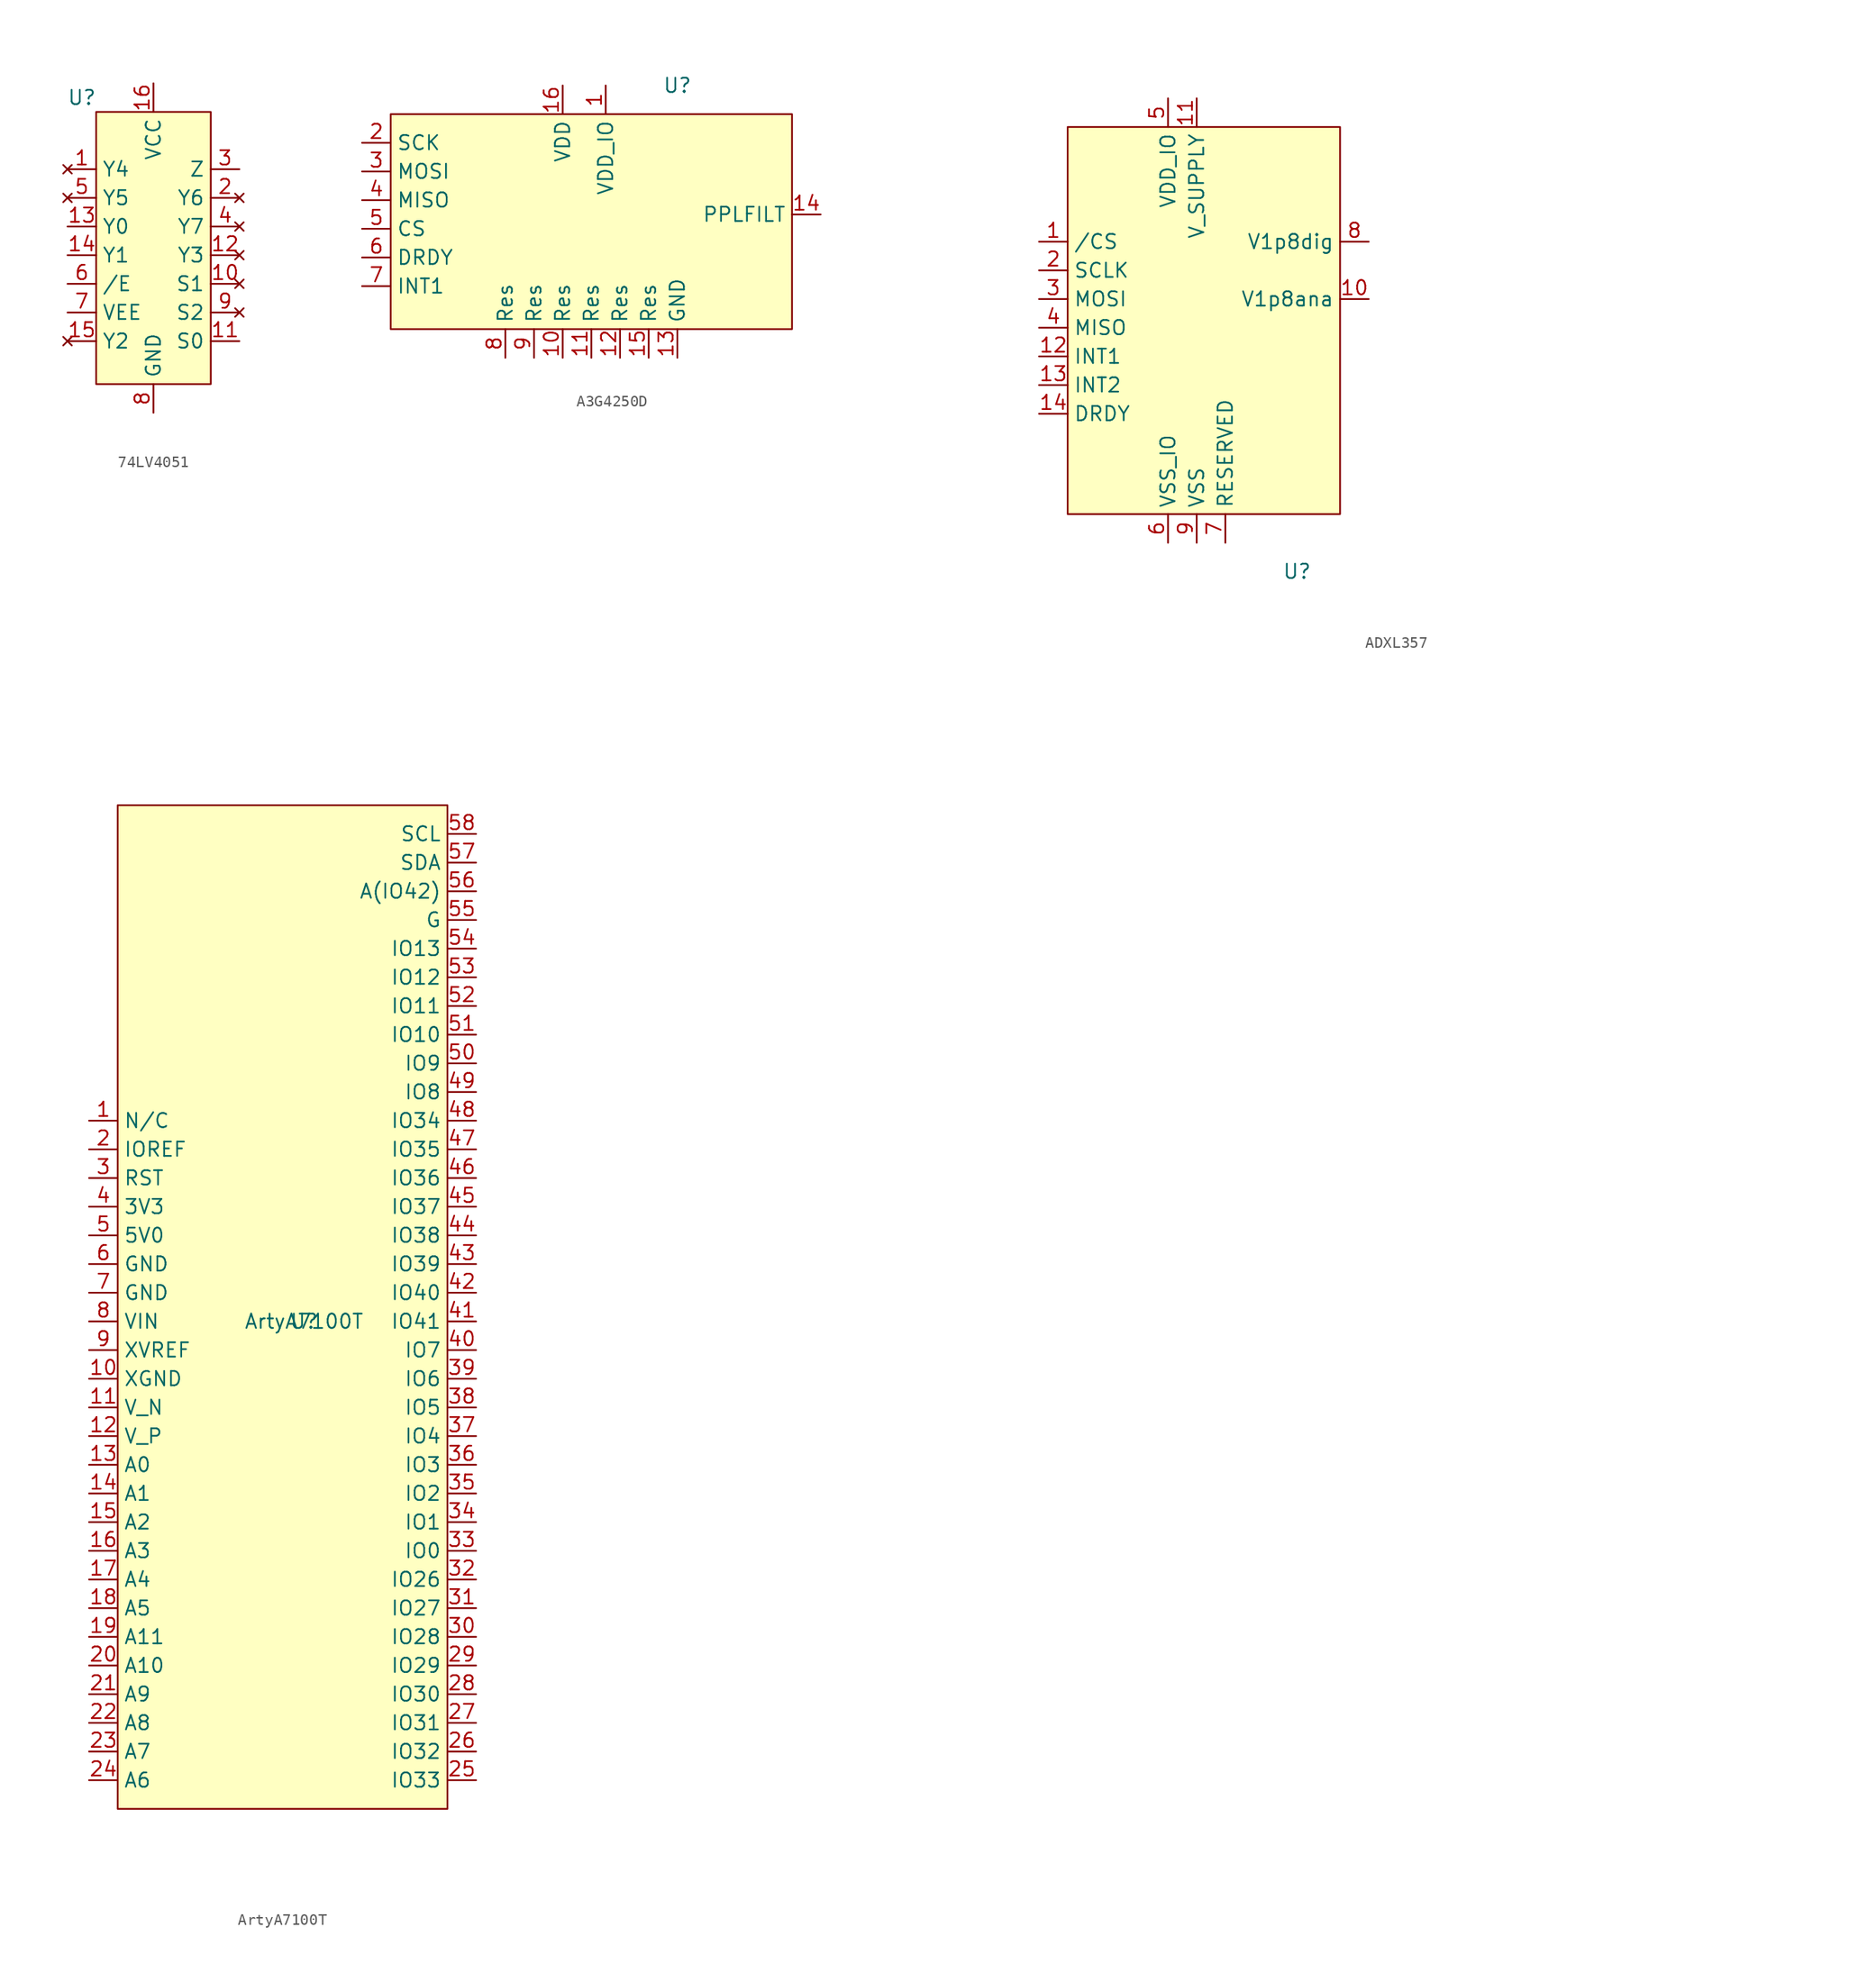
<source format=kicad_sym>
(kicad_symbol_lib
  (version 20231120)
  (generator "kicad_symbol_editor")
  (generator_version "8.0")
  (symbol "74LV4051"
    (property "Reference" "U"
      (at -6.35 8.89 0)
      (effects (font (size 1.27 1.27))))
    (property "Value" ""
      (at 0 -5.08 0)
      (effects (font (size 1.27 1.27))))
    (symbol "74LV4051_1_1"
      (rectangle (start -5.08 7.62) (end 5.08 -16.51) (stroke (width 0) (type default)) (fill (type background)))
      (pin no_connect line (at -7.62 2.54 0) (length 2.54) (name "Y4" (effects (font (size 1.27 1.27)))) (number "1" (effects (font (size 1.27 1.27)))))
      (pin no_connect line (at 7.62 -7.62 180) (length 2.54) (name "S1" (effects (font (size 1.27 1.27)))) (number "10" (effects (font (size 1.27 1.27)))))
      (pin input line (at 7.62 -12.7 180) (length 2.54) (name "S0" (effects (font (size 1.27 1.27)))) (number "11" (effects (font (size 1.27 1.27)))))
      (pin no_connect line (at 7.62 -5.08 180) (length 2.54) (name "Y3" (effects (font (size 1.27 1.27)))) (number "12" (effects (font (size 1.27 1.27)))))
      (pin input line (at -7.62 -2.54 0) (length 2.54) (name "Y0" (effects (font (size 1.27 1.27)))) (number "13" (effects (font (size 1.27 1.27)))))
      (pin input line (at -7.62 -5.08 0) (length 2.54) (name "Y1" (effects (font (size 1.27 1.27)))) (number "14" (effects (font (size 1.27 1.27)))))
      (pin no_connect line (at -7.62 -12.7 0) (length 2.54) (name "Y2" (effects (font (size 1.27 1.27)))) (number "15" (effects (font (size 1.27 1.27)))))
      (pin input line (at 0 10.16 270) (length 2.54) (name "VCC" (effects (font (size 1.27 1.27)))) (number "16" (effects (font (size 1.27 1.27)))))
      (pin no_connect line (at 7.62 0 180) (length 2.54) (name "Y6" (effects (font (size 1.27 1.27)))) (number "2" (effects (font (size 1.27 1.27)))))
      (pin input line (at 7.62 2.54 180) (length 2.54) (name "Z" (effects (font (size 1.27 1.27)))) (number "3" (effects (font (size 1.27 1.27)))))
      (pin no_connect line (at 7.62 -2.54 180) (length 2.54) (name "Y7" (effects (font (size 1.27 1.27)))) (number "4" (effects (font (size 1.27 1.27)))))
      (pin no_connect line (at -7.62 0 0) (length 2.54) (name "Y5" (effects (font (size 1.27 1.27)))) (number "5" (effects (font (size 1.27 1.27)))))
      (pin input line (at -7.62 -7.62 0) (length 2.54) (name "/E" (effects (font (size 1.27 1.27)))) (number "6" (effects (font (size 1.27 1.27)))))
      (pin input line (at -7.62 -10.16 0) (length 2.54) (name "VEE" (effects (font (size 1.27 1.27)))) (number "7" (effects (font (size 1.27 1.27)))))
      (pin input line (at 0 -19.05 90) (length 2.54) (name "GND" (effects (font (size 1.27 1.27)))) (number "8" (effects (font (size 1.27 1.27)))))
      (pin no_connect line (at 7.62 -10.16 180) (length 2.54) (name "S2" (effects (font (size 1.27 1.27)))) (number "9" (effects (font (size 1.27 1.27)))))))
  (symbol "A3G4250D"
    (property "Reference" "U"
      (at 8.89 11.43 0)
      (effects (font (size 1.27 1.27))))
    (property "Value" ""
      (at 25.4 0 0)
      (effects (font (size 1.27 1.27))))
    (symbol "A3G4250D_1_1"
      (rectangle (start -16.51 8.89) (end 19.05 -10.16) (stroke (width 0) (type default)) (fill (type background)))
      (pin input line (at 2.54 11.43 270) (length 2.54) (name "VDD_IO" (effects (font (size 1.27 1.27)))) (number "1" (effects (font (size 1.27 1.27)))))
      (pin input line (at -1.27 -12.7 90) (length 2.54) (name "Res" (effects (font (size 1.27 1.27)))) (number "10" (effects (font (size 1.27 1.27)))))
      (pin input line (at 1.27 -12.7 90) (length 2.54) (name "Res" (effects (font (size 1.27 1.27)))) (number "11" (effects (font (size 1.27 1.27)))))
      (pin input line (at 3.81 -12.7 90) (length 2.54) (name "Res" (effects (font (size 1.27 1.27)))) (number "12" (effects (font (size 1.27 1.27)))))
      (pin input line (at 8.89 -12.7 90) (length 2.54) (name "GND" (effects (font (size 1.27 1.27)))) (number "13" (effects (font (size 1.27 1.27)))))
      (pin input line (at 21.59 0 180) (length 2.54) (name "PPLFILT" (effects (font (size 1.27 1.27)))) (number "14" (effects (font (size 1.27 1.27)))))
      (pin input line (at 6.35 -12.7 90) (length 2.54) (name "Res" (effects (font (size 1.27 1.27)))) (number "15" (effects (font (size 1.27 1.27)))))
      (pin input line (at -1.27 11.43 270) (length 2.54) (name "VDD" (effects (font (size 1.27 1.27)))) (number "16" (effects (font (size 1.27 1.27)))))
      (pin input line (at -19.05 6.35 0) (length 2.54) (name "SCK" (effects (font (size 1.27 1.27)))) (number "2" (effects (font (size 1.27 1.27)))))
      (pin input line (at -19.05 3.81 0) (length 2.54) (name "MOSI" (effects (font (size 1.27 1.27)))) (number "3" (effects (font (size 1.27 1.27)))))
      (pin input line (at -19.05 1.27 0) (length 2.54) (name "MISO" (effects (font (size 1.27 1.27)))) (number "4" (effects (font (size 1.27 1.27)))))
      (pin input line (at -19.05 -1.27 0) (length 2.54) (name "CS" (effects (font (size 1.27 1.27)))) (number "5" (effects (font (size 1.27 1.27)))))
      (pin input line (at -19.05 -3.81 0) (length 2.54) (name "DRDY" (effects (font (size 1.27 1.27)))) (number "6" (effects (font (size 1.27 1.27)))))
      (pin input line (at -19.05 -6.35 0) (length 2.54) (name "INT1" (effects (font (size 1.27 1.27)))) (number "7" (effects (font (size 1.27 1.27)))))
      (pin input line (at -6.35 -12.7 90) (length 2.54) (name "Res" (effects (font (size 1.27 1.27)))) (number "8" (effects (font (size 1.27 1.27)))))
      (pin input line (at -3.81 -12.7 90) (length 2.54) (name "Res" (effects (font (size 1.27 1.27)))) (number "9" (effects (font (size 1.27 1.27)))))))
  (symbol "ADXL357"
    (property "Reference" "U"
      (at -5.08 -20.32 0)
      (effects (font (size 1.27 1.27))))
    (property "Value" ""
      (at 35.56 6.35 0)
      (effects (font (size 1.27 1.27))))
    (symbol "ADXL357_1_1"
      (rectangle (start -25.4 19.05) (end -1.27 -15.24) (stroke (width 0) (type default)) (fill (type background)))
      (pin input line (at -27.94 8.89 0) (length 2.54) (name "/CS" (effects (font (size 1.27 1.27)))) (number "1" (effects (font (size 1.27 1.27)))))
      (pin input line (at 1.27 3.81 180) (length 2.54) (name "V1p8ana" (effects (font (size 1.27 1.27)))) (number "10" (effects (font (size 1.27 1.27)))))
      (pin input line (at -13.97 21.59 270) (length 2.54) (name "V_SUPPLY" (effects (font (size 1.27 1.27)))) (number "11" (effects (font (size 1.27 1.27)))))
      (pin input line (at -27.94 -1.27 0) (length 2.54) (name "INT1" (effects (font (size 1.27 1.27)))) (number "12" (effects (font (size 1.27 1.27)))))
      (pin input line (at -27.94 -3.81 0) (length 2.54) (name "INT2" (effects (font (size 1.27 1.27)))) (number "13" (effects (font (size 1.27 1.27)))))
      (pin input line (at -27.94 -6.35 0) (length 2.54) (name "DRDY" (effects (font (size 1.27 1.27)))) (number "14" (effects (font (size 1.27 1.27)))))
      (pin input line (at -27.94 6.35 0) (length 2.54) (name "SCLK" (effects (font (size 1.27 1.27)))) (number "2" (effects (font (size 1.27 1.27)))))
      (pin input line (at -27.94 3.81 0) (length 2.54) (name "MOSI" (effects (font (size 1.27 1.27)))) (number "3" (effects (font (size 1.27 1.27)))))
      (pin input line (at -27.94 1.27 0) (length 2.54) (name "MISO" (effects (font (size 1.27 1.27)))) (number "4" (effects (font (size 1.27 1.27)))))
      (pin input line (at -16.51 21.59 270) (length 2.54) (name "VDD_IO" (effects (font (size 1.27 1.27)))) (number "5" (effects (font (size 1.27 1.27)))))
      (pin input line (at -16.51 -17.78 90) (length 2.54) (name "VSS_IO" (effects (font (size 1.27 1.27)))) (number "6" (effects (font (size 1.27 1.27)))))
      (pin input line (at -11.43 -17.78 90) (length 2.54) (name "RESERVED" (effects (font (size 1.27 1.27)))) (number "7" (effects (font (size 1.27 1.27)))))
      (pin input line (at 1.27 8.89 180) (length 2.54) (name "V1p8dig" (effects (font (size 1.27 1.27)))) (number "8" (effects (font (size 1.27 1.27)))))
      (pin input line (at -13.97 -17.78 90) (length 2.54) (name "VSS" (effects (font (size 1.27 1.27)))) (number "9" (effects (font (size 1.27 1.27)))))))
  (symbol "ArtyA7100T"
    (property "Reference" "U"
      (at 11.43 -10.16 0)
      (effects (font (size 1.27 1.27))))
    (property "Value" "ArtyA7100T"
      (at 11.43 -10.16 0)
      (effects (font (size 1.27 1.27))))
    (symbol "ArtyA7100T_1_1"
      (rectangle (start -5.08 35.56) (end 24.13 -53.34) (stroke (width 0) (type default)) (fill (type background)))
      (pin input line (at -7.62 7.62 0) (length 2.54) (name "N/C" (effects (font (size 1.27 1.27)))) (number "1" (effects (font (size 1.27 1.27)))))
      (pin input line (at -7.62 -15.24 0) (length 2.54) (name "XGND" (effects (font (size 1.27 1.27)))) (number "10" (effects (font (size 1.27 1.27)))))
      (pin input line (at -7.62 -17.78 0) (length 2.54) (name "V_N" (effects (font (size 1.27 1.27)))) (number "11" (effects (font (size 1.27 1.27)))))
      (pin input line (at -7.62 -20.32 0) (length 2.54) (name "V_P" (effects (font (size 1.27 1.27)))) (number "12" (effects (font (size 1.27 1.27)))))
      (pin input line (at -7.62 -22.86 0) (length 2.54) (name "A0" (effects (font (size 1.27 1.27)))) (number "13" (effects (font (size 1.27 1.27)))))
      (pin input line (at -7.62 -25.4 0) (length 2.54) (name "A1" (effects (font (size 1.27 1.27)))) (number "14" (effects (font (size 1.27 1.27)))))
      (pin input line (at -7.62 -27.94 0) (length 2.54) (name "A2" (effects (font (size 1.27 1.27)))) (number "15" (effects (font (size 1.27 1.27)))))
      (pin input line (at -7.62 -30.48 0) (length 2.54) (name "A3" (effects (font (size 1.27 1.27)))) (number "16" (effects (font (size 1.27 1.27)))))
      (pin input line (at -7.62 -33.02 0) (length 2.54) (name "A4" (effects (font (size 1.27 1.27)))) (number "17" (effects (font (size 1.27 1.27)))))
      (pin input line (at -7.62 -35.56 0) (length 2.54) (name "A5" (effects (font (size 1.27 1.27)))) (number "18" (effects (font (size 1.27 1.27)))))
      (pin input line (at -7.62 -38.1 0) (length 2.54) (name "A11" (effects (font (size 1.27 1.27)))) (number "19" (effects (font (size 1.27 1.27)))))
      (pin input line (at -7.62 5.08 0) (length 2.54) (name "IOREF" (effects (font (size 1.27 1.27)))) (number "2" (effects (font (size 1.27 1.27)))))
      (pin input line (at -7.62 -40.64 0) (length 2.54) (name "A10" (effects (font (size 1.27 1.27)))) (number "20" (effects (font (size 1.27 1.27)))))
      (pin input line (at -7.62 -43.18 0) (length 2.54) (name "A9" (effects (font (size 1.27 1.27)))) (number "21" (effects (font (size 1.27 1.27)))))
      (pin input line (at -7.62 -45.72 0) (length 2.54) (name "A8" (effects (font (size 1.27 1.27)))) (number "22" (effects (font (size 1.27 1.27)))))
      (pin input line (at -7.62 -48.26 0) (length 2.54) (name "A7" (effects (font (size 1.27 1.27)))) (number "23" (effects (font (size 1.27 1.27)))))
      (pin input line (at -7.62 -50.8 0) (length 2.54) (name "A6" (effects (font (size 1.27 1.27)))) (number "24" (effects (font (size 1.27 1.27)))))
      (pin input line (at 26.67 -50.8 180) (length 2.54) (name "IO33" (effects (font (size 1.27 1.27)))) (number "25" (effects (font (size 1.27 1.27)))))
      (pin input line (at 26.67 -48.26 180) (length 2.54) (name "IO32" (effects (font (size 1.27 1.27)))) (number "26" (effects (font (size 1.27 1.27)))))
      (pin input line (at 26.67 -45.72 180) (length 2.54) (name "IO31" (effects (font (size 1.27 1.27)))) (number "27" (effects (font (size 1.27 1.27)))))
      (pin input line (at 26.67 -43.18 180) (length 2.54) (name "IO30" (effects (font (size 1.27 1.27)))) (number "28" (effects (font (size 1.27 1.27)))))
      (pin input line (at 26.67 -40.64 180) (length 2.54) (name "IO29" (effects (font (size 1.27 1.27)))) (number "29" (effects (font (size 1.27 1.27)))))
      (pin input line (at -7.62 2.54 0) (length 2.54) (name "RST" (effects (font (size 1.27 1.27)))) (number "3" (effects (font (size 1.27 1.27)))))
      (pin input line (at 26.67 -38.1 180) (length 2.54) (name "IO28" (effects (font (size 1.27 1.27)))) (number "30" (effects (font (size 1.27 1.27)))))
      (pin input line (at 26.67 -35.56 180) (length 2.54) (name "IO27" (effects (font (size 1.27 1.27)))) (number "31" (effects (font (size 1.27 1.27)))))
      (pin input line (at 26.67 -33.02 180) (length 2.54) (name "IO26" (effects (font (size 1.27 1.27)))) (number "32" (effects (font (size 1.27 1.27)))))
      (pin input line (at 26.67 -30.48 180) (length 2.54) (name "IO0" (effects (font (size 1.27 1.27)))) (number "33" (effects (font (size 1.27 1.27)))))
      (pin input line (at 26.67 -27.94 180) (length 2.54) (name "IO1" (effects (font (size 1.27 1.27)))) (number "34" (effects (font (size 1.27 1.27)))))
      (pin input line (at 26.67 -25.4 180) (length 2.54) (name "IO2" (effects (font (size 1.27 1.27)))) (number "35" (effects (font (size 1.27 1.27)))))
      (pin input line (at 26.67 -22.86 180) (length 2.54) (name "IO3" (effects (font (size 1.27 1.27)))) (number "36" (effects (font (size 1.27 1.27)))))
      (pin input line (at 26.67 -20.32 180) (length 2.54) (name "IO4" (effects (font (size 1.27 1.27)))) (number "37" (effects (font (size 1.27 1.27)))))
      (pin input line (at 26.67 -17.78 180) (length 2.54) (name "IO5" (effects (font (size 1.27 1.27)))) (number "38" (effects (font (size 1.27 1.27)))))
      (pin input line (at 26.67 -15.24 180) (length 2.54) (name "IO6" (effects (font (size 1.27 1.27)))) (number "39" (effects (font (size 1.27 1.27)))))
      (pin input line (at -7.62 0 0) (length 2.54) (name "3V3" (effects (font (size 1.27 1.27)))) (number "4" (effects (font (size 1.27 1.27)))))
      (pin input line (at 26.67 -12.7 180) (length 2.54) (name "IO7" (effects (font (size 1.27 1.27)))) (number "40" (effects (font (size 1.27 1.27)))))
      (pin input line (at 26.67 -10.16 180) (length 2.54) (name "IO41" (effects (font (size 1.27 1.27)))) (number "41" (effects (font (size 1.27 1.27)))))
      (pin input line (at 26.67 -7.62 180) (length 2.54) (name "IO40" (effects (font (size 1.27 1.27)))) (number "42" (effects (font (size 1.27 1.27)))))
      (pin input line (at 26.67 -5.08 180) (length 2.54) (name "IO39" (effects (font (size 1.27 1.27)))) (number "43" (effects (font (size 1.27 1.27)))))
      (pin input line (at 26.67 -2.54 180) (length 2.54) (name "IO38" (effects (font (size 1.27 1.27)))) (number "44" (effects (font (size 1.27 1.27)))))
      (pin input line (at 26.67 0 180) (length 2.54) (name "IO37" (effects (font (size 1.27 1.27)))) (number "45" (effects (font (size 1.27 1.27)))))
      (pin input line (at 26.67 2.54 180) (length 2.54) (name "IO36" (effects (font (size 1.27 1.27)))) (number "46" (effects (font (size 1.27 1.27)))))
      (pin input line (at 26.67 5.08 180) (length 2.54) (name "IO35" (effects (font (size 1.27 1.27)))) (number "47" (effects (font (size 1.27 1.27)))))
      (pin input line (at 26.67 7.62 180) (length 2.54) (name "IO34" (effects (font (size 1.27 1.27)))) (number "48" (effects (font (size 1.27 1.27)))))
      (pin input line (at 26.67 10.16 180) (length 2.54) (name "IO8" (effects (font (size 1.27 1.27)))) (number "49" (effects (font (size 1.27 1.27)))))
      (pin input line (at -7.62 -2.54 0) (length 2.54) (name "5V0" (effects (font (size 1.27 1.27)))) (number "5" (effects (font (size 1.27 1.27)))))
      (pin input line (at 26.67 12.7 180) (length 2.54) (name "IO9" (effects (font (size 1.27 1.27)))) (number "50" (effects (font (size 1.27 1.27)))))
      (pin input line (at 26.67 15.24 180) (length 2.54) (name "IO10" (effects (font (size 1.27 1.27)))) (number "51" (effects (font (size 1.27 1.27)))))
      (pin input line (at 26.67 17.78 180) (length 2.54) (name "IO11" (effects (font (size 1.27 1.27)))) (number "52" (effects (font (size 1.27 1.27)))))
      (pin input line (at 26.67 20.32 180) (length 2.54) (name "IO12" (effects (font (size 1.27 1.27)))) (number "53" (effects (font (size 1.27 1.27)))))
      (pin input line (at 26.67 22.86 180) (length 2.54) (name "IO13" (effects (font (size 1.27 1.27)))) (number "54" (effects (font (size 1.27 1.27)))))
      (pin input line (at 26.67 25.4 180) (length 2.54) (name "G" (effects (font (size 1.27 1.27)))) (number "55" (effects (font (size 1.27 1.27)))))
      (pin input line (at 26.67 27.94 180) (length 2.54) (name "A(IO42)" (effects (font (size 1.27 1.27)))) (number "56" (effects (font (size 1.27 1.27)))))
      (pin input line (at 26.67 30.48 180) (length 2.54) (name "SDA" (effects (font (size 1.27 1.27)))) (number "57" (effects (font (size 1.27 1.27)))))
      (pin input line (at 26.67 33.02 180) (length 2.54) (name "SCL" (effects (font (size 1.27 1.27)))) (number "58" (effects (font (size 1.27 1.27)))))
      (pin input line (at -7.62 -5.08 0) (length 2.54) (name "GND" (effects (font (size 1.27 1.27)))) (number "6" (effects (font (size 1.27 1.27)))))
      (pin input line (at -7.62 -7.62 0) (length 2.54) (name "GND" (effects (font (size 1.27 1.27)))) (number "7" (effects (font (size 1.27 1.27)))))
      (pin input line (at -7.62 -10.16 0) (length 2.54) (name "VIN" (effects (font (size 1.27 1.27)))) (number "8" (effects (font (size 1.27 1.27)))))
      (pin input line (at -7.62 -12.7 0) (length 2.54) (name "XVREF" (effects (font (size 1.27 1.27)))) (number "9" (effects (font (size 1.27 1.27))))))))
</source>
